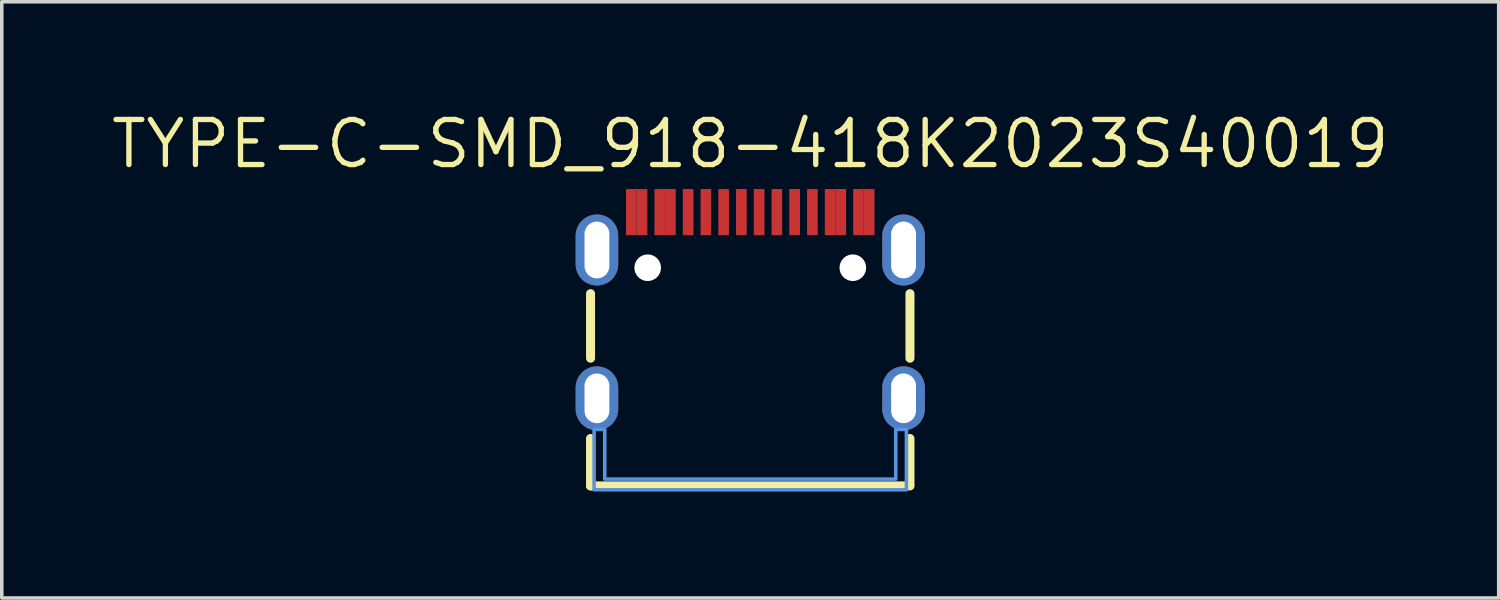
<source format=kicad_pcb>
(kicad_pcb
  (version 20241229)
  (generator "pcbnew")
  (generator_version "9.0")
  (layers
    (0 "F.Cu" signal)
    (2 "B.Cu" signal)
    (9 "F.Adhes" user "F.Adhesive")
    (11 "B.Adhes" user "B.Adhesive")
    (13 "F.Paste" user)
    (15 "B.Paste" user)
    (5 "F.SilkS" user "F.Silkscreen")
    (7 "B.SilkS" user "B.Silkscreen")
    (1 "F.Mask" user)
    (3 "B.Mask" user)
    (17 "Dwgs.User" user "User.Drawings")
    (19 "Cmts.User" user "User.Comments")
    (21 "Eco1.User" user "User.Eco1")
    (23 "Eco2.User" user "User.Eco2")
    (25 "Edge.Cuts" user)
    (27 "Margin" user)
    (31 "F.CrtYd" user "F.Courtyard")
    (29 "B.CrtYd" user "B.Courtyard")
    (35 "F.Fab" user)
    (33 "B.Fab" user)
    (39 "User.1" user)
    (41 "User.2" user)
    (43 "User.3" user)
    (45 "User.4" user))
  (footprint "TYPE-C-SMD_918-418K2023S40019"
    (layer "F.Cu")
    (at 18.09 5.55)
    (property "Reference" "TYPE-C-SMD_918-418K2023S40019" (at 0 -4.544 0) (layer "F.SilkS") (effects (font (size 1.27 1.27) (thickness 0.15))))
    (attr smd)
    (fp_line (start -4.5 1.493) (end -4.5 -0.325) (stroke (width 0.254) (type solid)) (layer "F.SilkS"))
    (fp_line (start -4.5 5.091) (end -4.5 3.755) (stroke (width 0.254) (type solid)) (layer "F.SilkS"))
    (fp_line (start -4.5 5.091) (end 4.5 5.091) (stroke (width 0.254) (type solid)) (layer "F.SilkS"))
    (fp_line (start 4.5 1.493) (end 4.5 -0.325) (stroke (width 0.254) (type solid)) (layer "F.SilkS"))
    (fp_line (start 4.5 5.04) (end 4.5 3.755) (stroke (width 0.254) (type solid)) (layer "F.SilkS"))
    (fp_poly (pts (xy -3.5 -3.273) (xy -2.9 -3.273) (xy -2.9 -1.973) (xy -3.5 -1.973)) (stroke (width 0) (type solid)) (fill yes) (layer "F.Paste"))
    (fp_poly (pts (xy -2.7 -3.273) (xy -2.1 -3.273) (xy -2.1 -1.973) (xy -2.7 -1.973)) (stroke (width 0) (type solid)) (fill yes) (layer "F.Paste"))
    (fp_poly (pts (xy -1.9 -3.274) (xy -1.6 -3.274) (xy -1.6 -1.974) (xy -1.9 -1.974)) (stroke (width 0) (type solid)) (fill yes) (layer "F.Paste"))
    (fp_poly (pts (xy -1.4 -3.273) (xy -1.1 -3.273) (xy -1.1 -1.973) (xy -1.4 -1.973)) (stroke (width 0) (type solid)) (fill yes) (layer "F.Paste"))
    (fp_poly (pts (xy -0.9 -3.273) (xy -0.6 -3.273) (xy -0.6 -1.973) (xy -0.9 -1.973)) (stroke (width 0) (type solid)) (fill yes) (layer "F.Paste"))
    (fp_poly (pts (xy -0.4 -3.273) (xy -0.1 -3.273) (xy -0.1 -1.973) (xy -0.4 -1.973)) (stroke (width 0) (type solid)) (fill yes) (layer "F.Paste"))
    (fp_poly (pts (xy 0.1 -3.273) (xy 0.4 -3.273) (xy 0.4 -1.973) (xy 0.1 -1.973)) (stroke (width 0) (type solid)) (fill yes) (layer "F.Paste"))
    (fp_poly (pts (xy 0.6 -3.273) (xy 0.9 -3.273) (xy 0.9 -1.973) (xy 0.6 -1.973)) (stroke (width 0) (type solid)) (fill yes) (layer "F.Paste"))
    (fp_poly (pts (xy 1.1 -3.274) (xy 1.4 -3.274) (xy 1.4 -1.974) (xy 1.1 -1.974)) (stroke (width 0) (type solid)) (fill yes) (layer "F.Paste"))
    (fp_poly (pts (xy 1.6 -3.273) (xy 1.9 -3.273) (xy 1.9 -1.973) (xy 1.6 -1.973)) (stroke (width 0) (type solid)) (fill yes) (layer "F.Paste"))
    (fp_poly (pts (xy 2.1 -3.274) (xy 2.7 -3.274) (xy 2.7 -1.974) (xy 2.1 -1.974)) (stroke (width 0) (type solid)) (fill yes) (layer "F.Paste"))
    (fp_poly (pts (xy 2.9 -3.273) (xy 3.5 -3.273) (xy 3.5 -1.973) (xy 2.9 -1.973)) (stroke (width 0) (type solid)) (fill yes) (layer "F.Paste"))
    (fp_circle (center -2.89 -1.056) (end -2.765 -1.056) (stroke (width 0.25) (type solid)) (fill no) (layer "Cmts.User"))
    (fp_circle (center 2.89 -1.056) (end 3.015 -1.056) (stroke (width 0.25) (type solid)) (fill no) (layer "Cmts.User"))
    (fp_poly (pts (xy -4.4 3.5) (xy -4.4 5.2) (xy 4.4 5.2) (xy 4.4 3.5) (xy 4.1 3.5) (xy 4.1 4.9) (xy -4.1 4.9) (xy -4.1 3.5)) (stroke (width 0.1) (type solid)) (fill no) (layer "Cmts.User"))
    (fp_text user "" (at 0 0 0) (layer "Cmts.User") (effects (font (size 1 1) (thickness 0.15))))
    (pad "" np_thru_hole circle (at -2.89 -1.056) (size 0.75 0.75) (drill 0.75) (layers "*.Cu" "*.Mask"))
    (pad "" np_thru_hole circle (at 2.89 -1.056) (size 0.75 0.75) (drill 0.75) (layers "*.Cu" "*.Mask"))
    (pad "1" thru_hole oval (at -4.32 -1.556) (size 1.2 2) (drill oval 0.7 1.6) (layers "*.Cu" "*.Paste" "*.Mask"))
    (pad "1" thru_hole oval (at -4.32 2.624) (size 1.2 1.8) (drill oval 0.7 1.4) (layers "*.Cu" "*.Paste" "*.Mask"))
    (pad "1" thru_hole oval (at 4.32 -1.556) (size 1.2 2) (drill oval 0.7 1.6) (layers "*.Cu" "*.Paste" "*.Mask"))
    (pad "1" thru_hole oval (at 4.32 2.624) (size 1.2 1.8) (drill oval 0.7 1.4) (layers "*.Cu" "*.Paste" "*.Mask"))
    (pad "A1" smd rect (at -3.35 -2.623) (size 0.3 1.3) (layers "F.Cu" "F.Mask" "F.Paste"))
    (pad "A4" smd rect (at -2.55 -2.623) (size 0.3 1.3) (layers "F.Cu" "F.Mask" "F.Paste"))
    (pad "A5" smd rect (at -1.25 -2.623) (size 0.3 1.3) (layers "F.Cu" "F.Mask" "F.Paste"))
    (pad "A6" smd rect (at -0.25 -2.623) (size 0.3 1.3) (layers "F.Cu" "F.Mask" "F.Paste"))
    (pad "A7" smd rect (at 0.25 -2.623) (size 0.3 1.3) (layers "F.Cu" "F.Mask" "F.Paste"))
    (pad "A8" smd rect (at 1.25 -2.624) (size 0.3 1.3) (layers "F.Cu" "F.Mask" "F.Paste"))
    (pad "A9" smd rect (at 2.55 -2.623) (size 0.3 1.3) (layers "F.Cu" "F.Mask" "F.Paste"))
    (pad "A12" smd rect (at 3.35 -2.623) (size 0.3 1.3) (layers "F.Cu" "F.Mask" "F.Paste"))
    (pad "B1" smd rect (at 3.05 -2.623) (size 0.3 1.3) (layers "F.Cu" "F.Mask" "F.Paste"))
    (pad "B4" smd rect (at 2.25 -2.623) (size 0.3 1.3) (layers "F.Cu" "F.Mask" "F.Paste"))
    (pad "B5" smd rect (at 1.75 -2.623) (size 0.3 1.3) (layers "F.Cu" "F.Mask" "F.Paste"))
    (pad "B6" smd rect (at 0.75 -2.623) (size 0.3 1.3) (layers "F.Cu" "F.Mask" "F.Paste"))
    (pad "B7" smd rect (at -0.75 -2.623) (size 0.3 1.3) (layers "F.Cu" "F.Mask" "F.Paste"))
    (pad "B8" smd rect (at -1.75 -2.624) (size 0.3 1.3) (layers "F.Cu" "F.Mask" "F.Paste"))
    (pad "B9" smd rect (at -2.25 -2.623) (size 0.3 1.3) (layers "F.Cu" "F.Mask" "F.Paste"))
    (pad "B12" smd rect (at -3.05 -2.623) (size 0.3 1.3) (layers "F.Cu" "F.Mask" "F.Paste")))
  (gr_rect
    (start -3 -3)
    (end 39.179 13.8)
    (stroke (width 0.1) (type default))
    (fill no)
    (layer "Edge.Cuts")))
</source>
